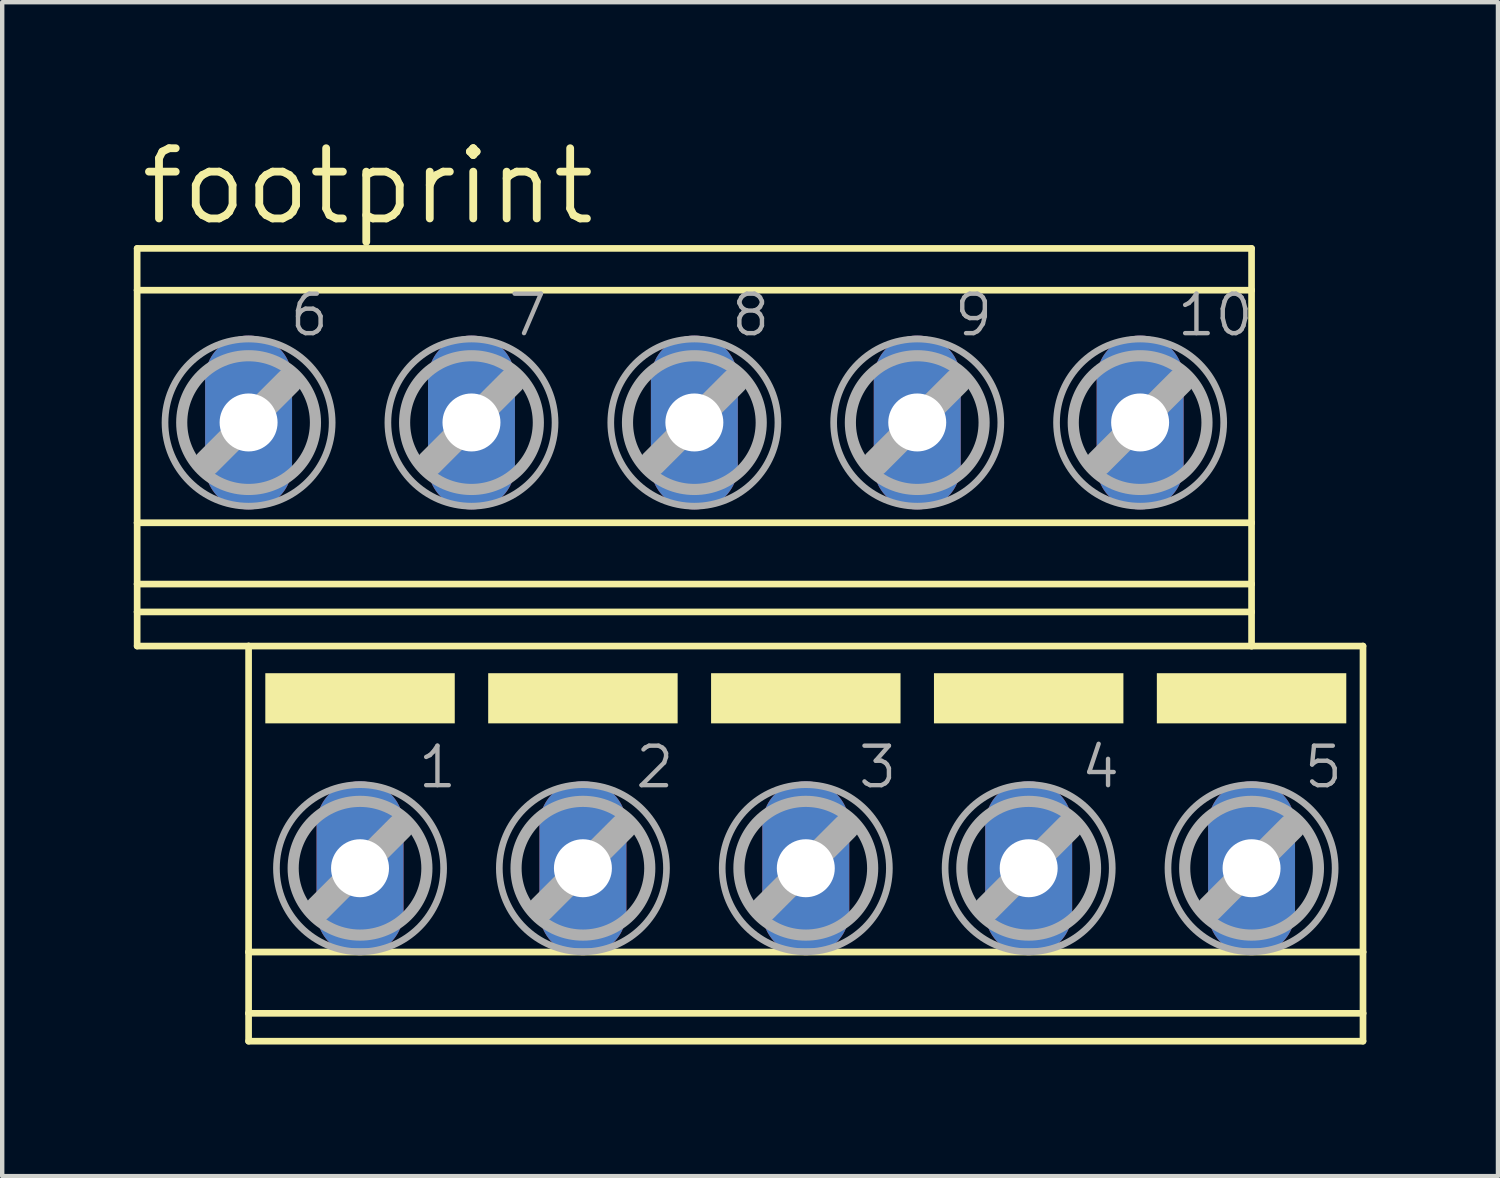
<source format=kicad_pcb>
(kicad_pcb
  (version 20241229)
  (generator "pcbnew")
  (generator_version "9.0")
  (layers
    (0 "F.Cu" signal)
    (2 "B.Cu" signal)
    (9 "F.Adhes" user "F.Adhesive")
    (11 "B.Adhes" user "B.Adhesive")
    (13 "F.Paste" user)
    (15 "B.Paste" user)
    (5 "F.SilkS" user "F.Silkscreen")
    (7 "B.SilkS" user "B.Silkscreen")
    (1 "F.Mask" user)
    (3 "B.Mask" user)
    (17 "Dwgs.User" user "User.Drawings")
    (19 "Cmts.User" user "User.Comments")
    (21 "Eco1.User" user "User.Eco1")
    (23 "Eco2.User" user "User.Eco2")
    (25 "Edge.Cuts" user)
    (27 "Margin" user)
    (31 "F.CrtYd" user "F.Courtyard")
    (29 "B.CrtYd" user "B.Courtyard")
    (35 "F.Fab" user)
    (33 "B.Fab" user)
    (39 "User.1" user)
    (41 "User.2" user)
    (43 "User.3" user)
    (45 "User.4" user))
  (footprint "footprint"
    (layer "F.Cu")
    (at 14.046 11.659)
    (property "Reference" "footprint" (at -13.97 -9.525 0) (layer "F.SilkS") (effects (font (size 1.6 1.6) (thickness 0.178)) (justify left bottom)))
    (fp_line (start -13.97 -9.047) (end -13.97 -8.094) (stroke (width 0.152) (type solid)) (layer "F.SilkS"))
    (fp_line (start -13.97 -9.047) (end 11.43 -9.047) (stroke (width 0.152) (type solid)) (layer "F.SilkS"))
    (fp_line (start -13.97 -8.094) (end -13.97 -2.794) (stroke (width 0.152) (type solid)) (layer "F.SilkS"))
    (fp_line (start -13.97 -8.094) (end 11.43 -8.094) (stroke (width 0.152) (type solid)) (layer "F.SilkS"))
    (fp_line (start -13.97 -2.794) (end -13.97 -1.397) (stroke (width 0.152) (type solid)) (layer "F.SilkS"))
    (fp_line (start -13.97 -2.794) (end 11.43 -2.794) (stroke (width 0.152) (type solid)) (layer "F.SilkS"))
    (fp_line (start -13.97 -1.397) (end -13.97 -0.762) (stroke (width 0.152) (type solid)) (layer "F.SilkS"))
    (fp_line (start -13.97 -1.397) (end 11.43 -1.397) (stroke (width 0.152) (type solid)) (layer "F.SilkS"))
    (fp_line (start -13.97 -0.762) (end -13.97 0.016) (stroke (width 0.152) (type solid)) (layer "F.SilkS"))
    (fp_line (start -13.97 -0.762) (end 11.43 -0.762) (stroke (width 0.152) (type solid)) (layer "F.SilkS"))
    (fp_line (start -13.97 0.016) (end -11.43 0.016) (stroke (width 0.152) (type solid)) (layer "F.SilkS"))
    (fp_line (start -11.43 0.016) (end -11.43 6.99) (stroke (width 0.152) (type solid)) (layer "F.SilkS"))
    (fp_line (start -11.43 0.016) (end 11.43 0.016) (stroke (width 0.152) (type solid)) (layer "F.SilkS"))
    (fp_line (start -11.43 6.99) (end -11.43 8.387) (stroke (width 0.152) (type solid)) (layer "F.SilkS"))
    (fp_line (start -11.43 6.99) (end 13.97 6.99) (stroke (width 0.152) (type solid)) (layer "F.SilkS"))
    (fp_line (start -11.43 8.387) (end -11.43 9.022) (stroke (width 0.152) (type solid)) (layer "F.SilkS"))
    (fp_line (start -11.43 8.387) (end 13.97 8.387) (stroke (width 0.152) (type solid)) (layer "F.SilkS"))
    (fp_line (start -11.43 9.022) (end 13.97 9.022) (stroke (width 0.152) (type solid)) (layer "F.SilkS"))
    (fp_line (start 11.43 -9.047) (end 11.43 -8.094) (stroke (width 0.152) (type solid)) (layer "F.SilkS"))
    (fp_line (start 11.43 -8.094) (end 11.43 -2.794) (stroke (width 0.152) (type solid)) (layer "F.SilkS"))
    (fp_line (start 11.43 -2.794) (end 11.43 -1.397) (stroke (width 0.152) (type solid)) (layer "F.SilkS"))
    (fp_line (start 11.43 -1.397) (end 11.43 -0.762) (stroke (width 0.152) (type solid)) (layer "F.SilkS"))
    (fp_line (start 11.43 -0.762) (end 11.43 0.016) (stroke (width 0.152) (type solid)) (layer "F.SilkS"))
    (fp_line (start 13.97 0.016) (end 11.43 0.016) (stroke (width 0.152) (type solid)) (layer "F.SilkS"))
    (fp_line (start 13.97 0.016) (end 13.97 6.99) (stroke (width 0.152) (type solid)) (layer "F.SilkS"))
    (fp_line (start 13.97 6.99) (end 13.97 8.387) (stroke (width 0.152) (type solid)) (layer "F.SilkS"))
    (fp_line (start 13.97 8.387) (end 13.97 9.022) (stroke (width 0.152) (type solid)) (layer "F.SilkS"))
    (fp_poly (pts (xy -11.049 1.778) (xy -6.731 1.778) (xy -6.731 0.635) (xy -11.049 0.635)) (stroke (width 0) (type solid)) (fill yes) (layer "F.SilkS"))
    (fp_poly (pts (xy -5.969 1.778) (xy -1.651 1.778) (xy -1.651 0.635) (xy -5.969 0.635)) (stroke (width 0) (type solid)) (fill yes) (layer "F.SilkS"))
    (fp_poly (pts (xy -0.889 1.778) (xy 3.429 1.778) (xy 3.429 0.635) (xy -0.889 0.635)) (stroke (width 0) (type solid)) (fill yes) (layer "F.SilkS"))
    (fp_poly (pts (xy 4.191 1.778) (xy 8.509 1.778) (xy 8.509 0.635) (xy 4.191 0.635)) (stroke (width 0) (type solid)) (fill yes) (layer "F.SilkS"))
    (fp_poly (pts (xy 9.271 1.778) (xy 13.589 1.778) (xy 13.589 0.635) (xy 9.271 0.635)) (stroke (width 0) (type solid)) (fill yes) (layer "F.SilkS"))
    (fp_line (start -12.37 -4.163) (end -10.516 -6.017) (stroke (width 0.61) (type solid)) (layer "F.Fab"))
    (fp_line (start -9.83 5.994) (end -7.976 4.14) (stroke (width 0.61) (type solid)) (layer "F.Fab"))
    (fp_line (start -7.29 -4.163) (end -5.436 -6.017) (stroke (width 0.61) (type solid)) (layer "F.Fab"))
    (fp_line (start -4.75 5.994) (end -2.896 4.14) (stroke (width 0.61) (type solid)) (layer "F.Fab"))
    (fp_line (start -2.21 -4.163) (end -0.356 -6.017) (stroke (width 0.61) (type solid)) (layer "F.Fab"))
    (fp_line (start 0.33 5.994) (end 2.184 4.14) (stroke (width 0.61) (type solid)) (layer "F.Fab"))
    (fp_line (start 2.87 -4.163) (end 4.724 -6.017) (stroke (width 0.61) (type solid)) (layer "F.Fab"))
    (fp_line (start 5.41 5.994) (end 7.264 4.14) (stroke (width 0.61) (type solid)) (layer "F.Fab"))
    (fp_line (start 7.95 -4.163) (end 9.804 -6.017) (stroke (width 0.61) (type solid)) (layer "F.Fab"))
    (fp_line (start 10.49 5.994) (end 12.344 4.14) (stroke (width 0.61) (type solid)) (layer "F.Fab"))
    (fp_circle (center -11.43 -5.077) (end -9.906 -5.077) (stroke (width 0.254) (type solid)) (fill no) (layer "F.Fab"))
    (fp_circle (center -11.43 -5.077) (end -9.525 -5.077) (stroke (width 0.152) (type solid)) (fill no) (layer "F.Fab"))
    (fp_circle (center -8.89 5.08) (end -7.366 5.08) (stroke (width 0.254) (type solid)) (fill no) (layer "F.Fab"))
    (fp_circle (center -8.89 5.08) (end -6.985 5.08) (stroke (width 0.152) (type solid)) (fill no) (layer "F.Fab"))
    (fp_circle (center -6.35 -5.077) (end -4.826 -5.077) (stroke (width 0.254) (type solid)) (fill no) (layer "F.Fab"))
    (fp_circle (center -6.35 -5.077) (end -4.445 -5.077) (stroke (width 0.152) (type solid)) (fill no) (layer "F.Fab"))
    (fp_circle (center -3.81 5.08) (end -2.286 5.08) (stroke (width 0.254) (type solid)) (fill no) (layer "F.Fab"))
    (fp_circle (center -3.81 5.08) (end -1.905 5.08) (stroke (width 0.152) (type solid)) (fill no) (layer "F.Fab"))
    (fp_circle (center -1.27 -5.077) (end 0.254 -5.077) (stroke (width 0.254) (type solid)) (fill no) (layer "F.Fab"))
    (fp_circle (center -1.27 -5.077) (end 0.635 -5.077) (stroke (width 0.152) (type solid)) (fill no) (layer "F.Fab"))
    (fp_circle (center 1.27 5.08) (end 2.794 5.08) (stroke (width 0.254) (type solid)) (fill no) (layer "F.Fab"))
    (fp_circle (center 1.27 5.08) (end 3.175 5.08) (stroke (width 0.152) (type solid)) (fill no) (layer "F.Fab"))
    (fp_circle (center 3.81 -5.077) (end 5.334 -5.077) (stroke (width 0.254) (type solid)) (fill no) (layer "F.Fab"))
    (fp_circle (center 3.81 -5.077) (end 5.715 -5.077) (stroke (width 0.152) (type solid)) (fill no) (layer "F.Fab"))
    (fp_circle (center 6.35 5.08) (end 7.874 5.08) (stroke (width 0.254) (type solid)) (fill no) (layer "F.Fab"))
    (fp_circle (center 6.35 5.08) (end 8.255 5.08) (stroke (width 0.152) (type solid)) (fill no) (layer "F.Fab"))
    (fp_circle (center 8.89 -5.077) (end 10.414 -5.077) (stroke (width 0.254) (type solid)) (fill no) (layer "F.Fab"))
    (fp_circle (center 8.89 -5.077) (end 10.795 -5.077) (stroke (width 0.152) (type solid)) (fill no) (layer "F.Fab"))
    (fp_circle (center 11.43 5.08) (end 12.954 5.08) (stroke (width 0.254) (type solid)) (fill no) (layer "F.Fab"))
    (fp_circle (center 11.43 5.08) (end 13.335 5.08) (stroke (width 0.152) (type solid)) (fill no) (layer "F.Fab"))
    (fp_text user "9" (at 4.599 -7.001 0) (layer "F.Fab") (effects (font (size 0.9 0.9) (thickness 0.1)) (justify left bottom)))
    (fp_text user "7" (at -5.561 -7.001 0) (layer "F.Fab") (effects (font (size 0.9 0.9) (thickness 0.1)) (justify left bottom)))
    (fp_text user "8" (at -0.481 -7.001 0) (layer "F.Fab") (effects (font (size 0.9 0.9) (thickness 0.1)) (justify left bottom)))
    (fp_text user "5" (at 12.573 3.302 0) (layer "F.Fab") (effects (font (size 0.9 0.9) (thickness 0.1)) (justify left bottom)))
    (fp_text user "2" (at -2.667 3.302 0) (layer "F.Fab") (effects (font (size 0.9 0.9) (thickness 0.1)) (justify left bottom)))
    (fp_text user "3" (at 2.413 3.302 0) (layer "F.Fab") (effects (font (size 0.9 0.9) (thickness 0.1)) (justify left bottom)))
    (fp_text user "1" (at -7.62 3.302 0) (layer "F.Fab") (effects (font (size 0.9 0.9) (thickness 0.1)) (justify left bottom)))
    (fp_text user "4" (at 7.493 3.302 0) (layer "F.Fab") (effects (font (size 0.9 0.9) (thickness 0.1)) (justify left bottom)))
    (fp_text user "6" (at -10.541 -7.001 0) (layer "F.Fab") (effects (font (size 0.9 0.9) (thickness 0.1)) (justify left bottom)))
    (fp_text user "10" (at 9.679 -7.001 0) (layer "F.Fab") (effects (font (size 0.9 0.9) (thickness 0.1)) (justify left bottom)))
    (pad "1" thru_hole oval (at -8.89 5.08 90) (size 3.962 1.981) (drill 1.321) (layers "*.Cu" "*.Mask"))
    (pad "2" thru_hole oval (at -3.81 5.08 90) (size 3.962 1.981) (drill 1.321) (layers "*.Cu" "*.Mask"))
    (pad "3" thru_hole oval (at 1.27 5.08 90) (size 3.962 1.981) (drill 1.321) (layers "*.Cu" "*.Mask"))
    (pad "4" thru_hole oval (at 6.35 5.08 90) (size 3.962 1.981) (drill 1.321) (layers "*.Cu" "*.Mask"))
    (pad "5" thru_hole oval (at 11.43 5.08 90) (size 3.962 1.981) (drill 1.321) (layers "*.Cu" "*.Mask"))
    (pad "6" thru_hole oval (at -11.43 -5.08 90) (size 3.962 1.981) (drill 1.321) (layers "*.Cu" "*.Mask"))
    (pad "7" thru_hole oval (at -6.35 -5.08 90) (size 3.962 1.981) (drill 1.321) (layers "*.Cu" "*.Mask"))
    (pad "8" thru_hole oval (at -1.27 -5.08 90) (size 3.962 1.981) (drill 1.321) (layers "*.Cu" "*.Mask"))
    (pad "9" thru_hole oval (at 3.81 -5.08 90) (size 3.962 1.981) (drill 1.321) (layers "*.Cu" "*.Mask"))
    (pad "10" thru_hole oval (at 8.89 -5.08 90) (size 3.962 1.981) (drill 1.321) (layers "*.Cu" "*.Mask")))
  (gr_rect
    (start -3 -3)
    (end 31.092 23.757)
    (stroke (width 0.1) (type default))
    (fill no)
    (layer "Edge.Cuts")))
</source>
